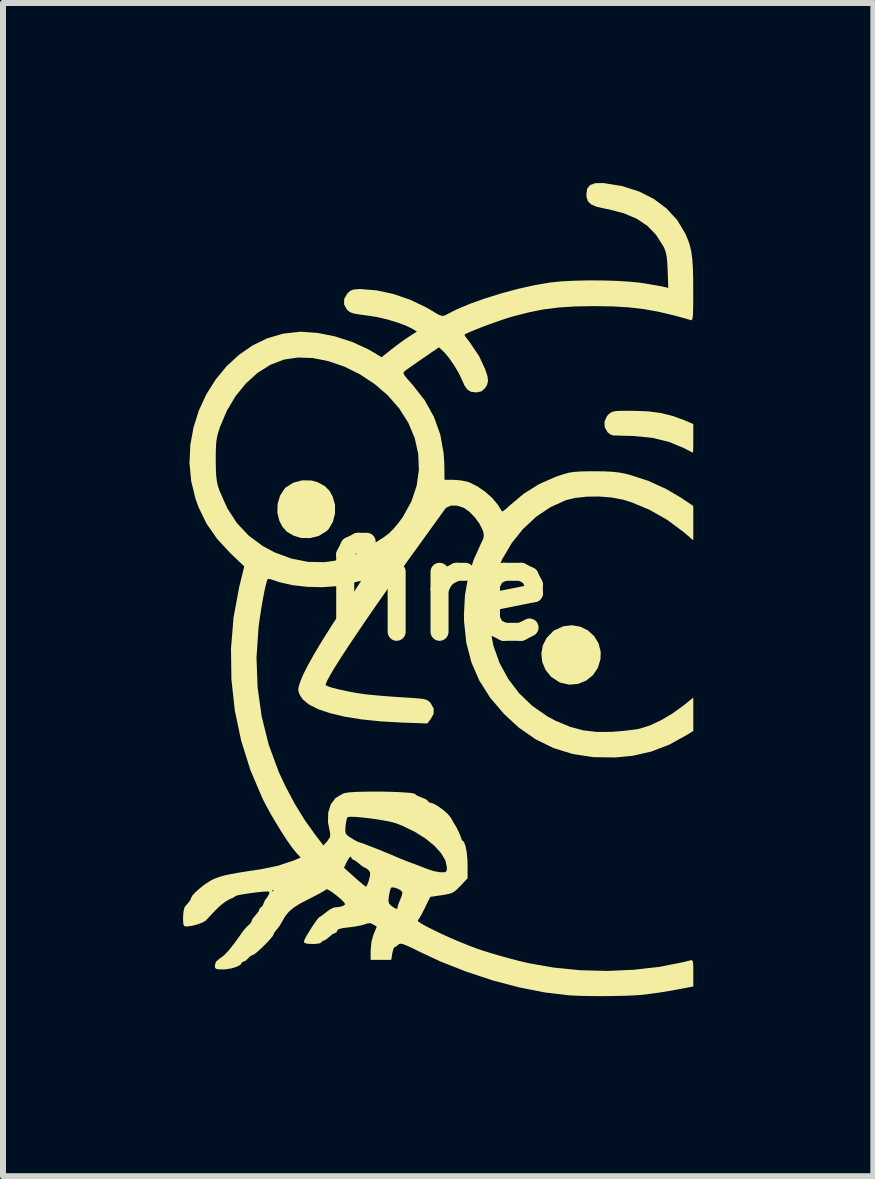
<source format=kicad_pcb>
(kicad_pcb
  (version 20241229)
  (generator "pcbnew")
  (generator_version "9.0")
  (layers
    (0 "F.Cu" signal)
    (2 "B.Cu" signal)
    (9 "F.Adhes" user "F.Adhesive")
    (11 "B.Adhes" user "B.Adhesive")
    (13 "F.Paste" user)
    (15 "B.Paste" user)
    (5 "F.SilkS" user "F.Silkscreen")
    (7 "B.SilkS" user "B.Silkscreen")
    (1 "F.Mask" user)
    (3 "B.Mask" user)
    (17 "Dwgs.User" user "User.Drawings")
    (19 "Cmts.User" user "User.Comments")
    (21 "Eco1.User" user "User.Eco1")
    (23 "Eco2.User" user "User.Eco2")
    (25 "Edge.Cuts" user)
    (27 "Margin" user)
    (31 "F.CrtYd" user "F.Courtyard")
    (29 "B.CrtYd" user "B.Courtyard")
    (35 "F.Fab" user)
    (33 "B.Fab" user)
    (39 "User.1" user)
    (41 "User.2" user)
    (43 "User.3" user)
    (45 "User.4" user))
  (footprint "fire"
    (layer "F.Cu")
    (at 4.238 6.799)
    (property "Reference" "fire" (at 0 0 0) (layer "F.SilkS") (effects (font (size 1.5 1.5) (thickness 0.3))))
    (attr board_only exclude_from_pos_files exclude_from_bom)
    (fp_poly (pts (xy 2.382 0.593) (xy 2.507 0.655) (xy 2.61 0.748) (xy 2.684 0.867) (xy 2.721 1.009) (xy 2.718 1.131) (xy 2.674 1.279) (xy 2.591 1.402) (xy 2.478 1.492) (xy 2.344 1.546) (xy 2.199 1.559) (xy 2.051 1.526) (xy 2.025 1.514) (xy 1.894 1.428) (xy 1.802 1.314) (xy 1.747 1.182) (xy 1.732 1.042) (xy 1.757 0.904) (xy 1.822 0.776) (xy 1.929 0.669) (xy 1.957 0.65) (xy 2.099 0.586) (xy 2.243 0.569)) (stroke (width 0) (type solid)) (fill yes) (layer "F.SilkS"))
    (fp_poly (pts (xy -2.097 -1.843) (xy -1.993 -1.813) (xy -1.879 -1.752) (xy -1.799 -1.673) (xy -1.745 -1.576) (xy -1.706 -1.438) (xy -1.706 -1.292) (xy -1.742 -1.152) (xy -1.811 -1.035) (xy -1.845 -1.001) (xy -1.972 -0.921) (xy -2.121 -0.882) (xy -2.275 -0.886) (xy -2.397 -0.924) (xy -2.507 -0.988) (xy -2.582 -1.071) (xy -2.634 -1.172) (xy -2.667 -1.309) (xy -2.662 -1.454) (xy -2.621 -1.591) (xy -2.549 -1.704) (xy -2.526 -1.727) (xy -2.399 -1.807) (xy -2.25 -1.846)) (stroke (width 0) (type solid)) (fill yes) (layer "F.SilkS"))
    (fp_poly (pts (xy 3.267 -3.004) (xy 3.512 -2.995) (xy 3.724 -2.967) (xy 3.921 -2.918) (xy 4.122 -2.844) (xy 4.138 -2.837) (xy 4.264 -2.783) (xy 4.264 -2.544) (xy 4.264 -2.439) (xy 4.262 -2.357) (xy 4.259 -2.312) (xy 4.258 -2.306) (xy 4.233 -2.318) (xy 4.174 -2.348) (xy 4.105 -2.384) (xy 3.859 -2.486) (xy 3.578 -2.554) (xy 3.269 -2.584) (xy 3.245 -2.585) (xy 3.123 -2.588) (xy 3.02 -2.591) (xy 2.948 -2.593) (xy 2.92 -2.594) (xy 2.878 -2.613) (xy 2.834 -2.649) (xy 2.788 -2.728) (xy 2.784 -2.822) (xy 2.822 -2.91) (xy 2.849 -2.942) (xy 2.88 -2.968) (xy 2.913 -2.986) (xy 2.958 -2.997) (xy 3.025 -3.003) (xy 3.126 -3.004)) (stroke (width 0) (type solid)) (fill yes) (layer "F.SilkS"))
    (fp_poly (pts (xy 2.773 -6.798) (xy 3.08 -6.748) (xy 3.359 -6.659) (xy 3.607 -6.534) (xy 3.82 -6.374) (xy 3.996 -6.182) (xy 4.13 -5.959) (xy 4.132 -5.954) (xy 4.175 -5.855) (xy 4.207 -5.759) (xy 4.231 -5.656) (xy 4.247 -5.537) (xy 4.257 -5.392) (xy 4.262 -5.212) (xy 4.263 -5.002) (xy 4.263 -4.827) (xy 4.261 -4.698) (xy 4.258 -4.609) (xy 4.253 -4.553) (xy 4.244 -4.523) (xy 4.233 -4.513) (xy 4.217 -4.516) (xy 4.173 -4.53) (xy 4.091 -4.553) (xy 3.985 -4.582) (xy 3.92 -4.599) (xy 3.674 -4.657) (xy 3.437 -4.699) (xy 3.193 -4.727) (xy 2.929 -4.743) (xy 2.628 -4.748) (xy 2.596 -4.748) (xy 2.29 -4.743) (xy 2.021 -4.725) (xy 1.771 -4.694) (xy 1.526 -4.645) (xy 1.268 -4.579) (xy 1.232 -4.569) (xy 1.126 -4.536) (xy 1.003 -4.494) (xy 0.873 -4.448) (xy 0.745 -4.4) (xy 0.629 -4.354) (xy 0.535 -4.315) (xy 0.472 -4.286) (xy 0.45 -4.27) (xy 0.465 -4.243) (xy 0.505 -4.19) (xy 0.538 -4.148) (xy 0.694 -3.917) (xy 0.796 -3.697) (xy 0.834 -3.583) (xy 0.844 -3.501) (xy 0.828 -3.435) (xy 0.793 -3.381) (xy 0.735 -3.329) (xy 0.659 -3.311) (xy 0.638 -3.311) (xy 0.558 -3.321) (xy 0.498 -3.359) (xy 0.448 -3.432) (xy 0.408 -3.523) (xy 0.355 -3.634) (xy 0.281 -3.759) (xy 0.198 -3.879) (xy 0.119 -3.974) (xy 0.096 -3.997) (xy 0.026 -4.062) (xy -0.232 -3.885) (xy -0.338 -3.812) (xy -0.433 -3.746) (xy -0.504 -3.696) (xy -0.54 -3.67) (xy -0.56 -3.65) (xy -0.564 -3.626) (xy -0.546 -3.592) (xy -0.501 -3.536) (xy -0.426 -3.452) (xy -0.418 -3.443) (xy -0.213 -3.182) (xy -0.057 -2.902) (xy 0.049 -2.604) (xy 0.105 -2.289) (xy 0.115 -2.126) (xy 0.119 -1.854) (xy 0.271 -1.854) (xy 0.38 -1.846) (xy 0.489 -1.825) (xy 0.536 -1.81) (xy 0.666 -1.745) (xy 0.798 -1.654) (xy 0.915 -1.55) (xy 0.999 -1.449) (xy 1.042 -1.383) (xy 1.071 -1.337) (xy 1.079 -1.326) (xy 1.101 -1.336) (xy 1.149 -1.375) (xy 1.199 -1.421) (xy 1.437 -1.621) (xy 1.686 -1.778) (xy 1.963 -1.901) (xy 2.026 -1.923) (xy 2.118 -1.953) (xy 2.198 -1.974) (xy 2.281 -1.986) (xy 2.38 -1.993) (xy 2.51 -1.996) (xy 2.609 -1.997) (xy 2.782 -1.995) (xy 2.918 -1.988) (xy 3.032 -1.975) (xy 3.14 -1.954) (xy 3.199 -1.939) (xy 3.514 -1.837) (xy 3.817 -1.699) (xy 4.059 -1.556) (xy 4.264 -1.418) (xy 4.264 -1.132) (xy 4.264 -0.846) (xy 4.099 -0.987) (xy 3.828 -1.188) (xy 3.534 -1.355) (xy 3.231 -1.481) (xy 3.086 -1.525) (xy 2.9 -1.56) (xy 2.694 -1.576) (xy 2.485 -1.573) (xy 2.292 -1.552) (xy 2.139 -1.514) (xy 1.885 -1.399) (xy 1.646 -1.239) (xy 1.429 -1.037) (xy 1.24 -0.802) (xy 1.083 -0.537) (xy 0.984 -0.307) (xy 0.899 0.001) (xy 0.864 0.31) (xy 0.876 0.615) (xy 0.934 0.912) (xy 1.035 1.196) (xy 1.178 1.46) (xy 1.36 1.7) (xy 1.579 1.911) (xy 1.833 2.088) (xy 1.973 2.162) (xy 2.208 2.26) (xy 2.429 2.32) (xy 2.657 2.347) (xy 2.887 2.346) (xy 3.032 2.336) (xy 3.178 2.321) (xy 3.306 2.304) (xy 3.372 2.292) (xy 3.537 2.24) (xy 3.723 2.154) (xy 3.914 2.041) (xy 4.1 1.907) (xy 4.108 1.9) (xy 4.264 1.775) (xy 4.264 2.052) (xy 4.264 2.33) (xy 4.164 2.393) (xy 3.865 2.558) (xy 3.563 2.674) (xy 3.247 2.745) (xy 2.966 2.772) (xy 2.598 2.767) (xy 2.256 2.715) (xy 1.936 2.616) (xy 1.637 2.47) (xy 1.356 2.274) (xy 1.11 2.047) (xy 0.878 1.775) (xy 0.697 1.488) (xy 0.566 1.185) (xy 0.482 0.861) (xy 0.445 0.514) (xy 0.442 0.397) (xy 0.459 0.071) (xy 0.512 -0.23) (xy 0.604 -0.521) (xy 0.722 -0.783) (xy 0.76 -0.863) (xy 0.774 -0.919) (xy 0.768 -0.972) (xy 0.755 -1.014) (xy 0.702 -1.121) (xy 0.622 -1.231) (xy 0.53 -1.325) (xy 0.441 -1.387) (xy 0.327 -1.424) (xy 0.226 -1.425) (xy 0.15 -1.391) (xy 0.13 -1.37) (xy 0.104 -1.334) (xy 0.051 -1.261) (xy -0.024 -1.157) (xy -0.117 -1.028) (xy -0.224 -0.88) (xy -0.34 -0.719) (xy -0.368 -0.681) (xy -0.589 -0.374) (xy -0.798 -0.079) (xy -0.995 0.201) (xy -1.176 0.463) (xy -1.34 0.705) (xy -1.486 0.922) (xy -1.61 1.113) (xy -1.712 1.274) (xy -1.789 1.404) (xy -1.839 1.498) (xy -1.861 1.554) (xy -1.86 1.568) (xy -1.818 1.589) (xy -1.735 1.615) (xy -1.622 1.643) (xy -1.49 1.671) (xy -1.351 1.697) (xy -1.216 1.717) (xy -1.192 1.72) (xy -1.067 1.733) (xy -0.909 1.747) (xy -0.737 1.76) (xy -0.571 1.771) (xy -0.558 1.772) (xy -0.408 1.781) (xy -0.301 1.79) (xy -0.229 1.799) (xy -0.182 1.812) (xy -0.15 1.83) (xy -0.123 1.855) (xy -0.114 1.865) (xy -0.062 1.955) (xy -0.063 2.045) (xy -0.111 2.132) (xy -0.169 2.206) (xy -0.608 2.19) (xy -0.955 2.17) (xy -1.269 2.137) (xy -1.547 2.092) (xy -1.787 2.035) (xy -1.985 1.968) (xy -2.138 1.891) (xy -2.243 1.805) (xy -2.285 1.744) (xy -2.311 1.687) (xy -2.319 1.642) (xy -2.31 1.588) (xy -2.283 1.506) (xy -2.28 1.496) (xy -2.23 1.378) (xy -2.15 1.222) (xy -2.044 1.033) (xy -1.913 0.815) (xy -1.761 0.573) (xy -1.589 0.311) (xy -1.571 0.284) (xy -1.481 0.149) (xy -1.401 0.029) (xy -1.337 -0.068) (xy -1.293 -0.136) (xy -1.272 -0.168) (xy -1.271 -0.17) (xy -1.295 -0.166) (xy -1.357 -0.152) (xy -1.445 -0.129) (xy -1.463 -0.124) (xy -1.678 -0.082) (xy -1.92 -0.065) (xy -2.171 -0.071) (xy -2.415 -0.099) (xy -2.634 -0.149) (xy -2.711 -0.175) (xy -2.778 -0.197) (xy -2.821 -0.204) (xy -2.826 -0.202) (xy -2.842 -0.165) (xy -2.863 -0.086) (xy -2.887 0.025) (xy -2.912 0.159) (xy -2.937 0.306) (xy -2.96 0.454) (xy -2.979 0.595) (xy -2.98 0.604) (xy -3.014 1.108) (xy -2.996 1.603) (xy -2.928 2.089) (xy -2.81 2.561) (xy -2.642 3.017) (xy -2.53 3.256) (xy -2.371 3.554) (xy -2.209 3.817) (xy -2.046 4.046) (xy -1.9 4.238) (xy -1.835 4.168) (xy -1.788 4.096) (xy -1.786 4.042) (xy -1.795 3.996) (xy -1.535 3.996) (xy -1.525 4.044) (xy -1.488 4.081) (xy -1.434 4.116) (xy -1.367 4.156) (xy -1.318 4.181) (xy -1.306 4.185) (xy -1.274 4.194) (xy -1.204 4.219) (xy -1.109 4.256) (xy -1 4.298) (xy -0.889 4.343) (xy -0.787 4.385) (xy -0.707 4.42) (xy -0.702 4.422) (xy -0.617 4.458) (xy -0.51 4.501) (xy -0.437 4.528) (xy -0.328 4.568) (xy -0.218 4.611) (xy -0.159 4.634) (xy -0.063 4.665) (xy 0.033 4.683) (xy 0.06 4.685) (xy 0.125 4.684) (xy 0.153 4.665) (xy 0.159 4.618) (xy 0.159 4.607) (xy 0.134 4.49) (xy 0.062 4.367) (xy -0.05 4.244) (xy -0.198 4.123) (xy -0.377 4.011) (xy -0.58 3.912) (xy -0.675 3.874) (xy -0.752 3.851) (xy -0.859 3.828) (xy -0.984 3.807) (xy -1.116 3.788) (xy -1.245 3.773) (xy -1.358 3.763) (xy -1.445 3.76) (xy -1.494 3.766) (xy -1.5 3.769) (xy -1.512 3.803) (xy -1.525 3.872) (xy -1.53 3.917) (xy -1.535 3.996) (xy -1.795 3.996) (xy -1.823 3.853) (xy -1.819 3.688) (xy -1.776 3.552) (xy -1.696 3.447) (xy -1.578 3.377) (xy -1.537 3.364) (xy -1.473 3.354) (xy -1.373 3.347) (xy -1.245 3.343) (xy -1.1 3.341) (xy -0.946 3.341) (xy -0.793 3.344) (xy -0.651 3.349) (xy -0.53 3.356) (xy -0.438 3.364) (xy -0.385 3.375) (xy -0.376 3.38) (xy -0.341 3.406) (xy -0.276 3.435) (xy -0.258 3.441) (xy -0.195 3.467) (xy -0.161 3.493) (xy -0.159 3.498) (xy -0.138 3.521) (xy -0.127 3.523) (xy -0.067 3.54) (xy 0.013 3.586) (xy 0.099 3.648) (xy 0.175 3.715) (xy 0.225 3.777) (xy 0.23 3.785) (xy 0.264 3.849) (xy 0.288 3.889) (xy 0.291 3.893) (xy 0.314 3.929) (xy 0.345 3.99) (xy 0.376 4.059) (xy 0.397 4.115) (xy 0.402 4.138) (xy 0.416 4.158) (xy 0.42 4.158) (xy 0.445 4.183) (xy 0.469 4.25) (xy 0.488 4.348) (xy 0.5 4.468) (xy 0.503 4.574) (xy 0.503 4.786) (xy 0.384 4.912) (xy 0.317 4.979) (xy 0.262 5.02) (xy 0.198 5.044) (xy 0.107 5.062) (xy 0.072 5.067) (xy -0.119 5.095) (xy -0.21 5.282) (xy -0.256 5.373) (xy -0.297 5.445) (xy -0.324 5.484) (xy -0.327 5.487) (xy -0.318 5.506) (xy -0.267 5.541) (xy -0.181 5.588) (xy -0.069 5.645) (xy 0.063 5.709) (xy 0.207 5.774) (xy 0.356 5.838) (xy 0.503 5.898) (xy 0.639 5.95) (xy 0.742 5.986) (xy 0.933 6.045) (xy 1.145 6.105) (xy 1.351 6.16) (xy 1.517 6.199) (xy 1.935 6.273) (xy 2.375 6.317) (xy 2.824 6.329) (xy 3.27 6.31) (xy 3.7 6.261) (xy 4.102 6.182) (xy 4.205 6.155) (xy 4.234 6.149) (xy 4.251 6.158) (xy 4.26 6.192) (xy 4.264 6.259) (xy 4.264 6.363) (xy 4.264 6.588) (xy 3.966 6.644) (xy 3.811 6.672) (xy 3.641 6.698) (xy 3.483 6.719) (xy 3.411 6.727) (xy 3.288 6.736) (xy 3.126 6.743) (xy 2.939 6.747) (xy 2.742 6.749) (xy 2.547 6.748) (xy 2.37 6.744) (xy 2.224 6.737) (xy 2.198 6.736) (xy 1.794 6.688) (xy 1.366 6.604) (xy 0.925 6.488) (xy 0.483 6.342) (xy 0.052 6.172) (xy -0.298 6.009) (xy -0.426 5.945) (xy -0.517 5.904) (xy -0.577 5.881) (xy -0.615 5.875) (xy -0.64 5.882) (xy -0.652 5.892) (xy -0.693 5.925) (xy -0.714 5.933) (xy -0.731 5.956) (xy -0.747 6.015) (xy -0.752 6.039) (xy -0.769 6.145) (xy -0.941 6.145) (xy -1.112 6.145) (xy -1.112 5.988) (xy -1.099 5.842) (xy -1.062 5.713) (xy -1.061 5.712) (xy -1.01 5.592) (xy -1.068 5.555) (xy -1.12 5.532) (xy -1.176 5.54) (xy -1.205 5.551) (xy -1.272 5.57) (xy -1.37 5.589) (xy -1.477 5.603) (xy -1.586 5.617) (xy -1.648 5.634) (xy -1.669 5.657) (xy -1.669 5.658) (xy -1.685 5.691) (xy -1.697 5.694) (xy -1.739 5.711) (xy -1.762 5.728) (xy -1.832 5.788) (xy -1.876 5.818) (xy -1.905 5.827) (xy -1.906 5.827) (xy -1.932 5.846) (xy -1.933 5.853) (xy -1.957 5.868) (xy -2.019 5.878) (xy -2.079 5.88) (xy -2.167 5.876) (xy -2.212 5.864) (xy -2.225 5.84) (xy -2.225 5.84) (xy -2.211 5.803) (xy -2.177 5.738) (xy -2.128 5.658) (xy -2.075 5.574) (xy -2.024 5.5) (xy -1.983 5.447) (xy -1.963 5.43) (xy -1.935 5.414) (xy -1.882 5.374) (xy -1.854 5.35) (xy -1.786 5.302) (xy -1.726 5.273) (xy -1.708 5.27) (xy -1.634 5.263) (xy -1.571 5.245) (xy -1.538 5.222) (xy -1.536 5.217) (xy -1.555 5.186) (xy -1.586 5.156) (xy -0.816 5.156) (xy -0.807 5.203) (xy -0.776 5.238) (xy -0.764 5.248) (xy -0.703 5.288) (xy -0.67 5.294) (xy -0.666 5.277) (xy -0.659 5.243) (xy -0.636 5.18) (xy -0.627 5.159) (xy -0.598 5.087) (xy -0.583 5.031) (xy -0.583 5.023) (xy -0.605 4.991) (xy -0.657 4.96) (xy -0.718 4.939) (xy -0.764 4.938) (xy -0.768 4.94) (xy -0.784 4.971) (xy -0.8 5.037) (xy -0.807 5.076) (xy -0.816 5.156) (xy -1.586 5.156) (xy -1.602 5.139) (xy -1.667 5.083) (xy -1.736 5.03) (xy -1.797 4.988) (xy -1.839 4.968) (xy -1.849 4.969) (xy -1.879 4.99) (xy -1.946 5.029) (xy -2.04 5.079) (xy -2.132 5.126) (xy -2.283 5.204) (xy -2.393 5.273) (xy -2.474 5.342) (xy -2.536 5.417) (xy -2.583 5.499) (xy -2.627 5.574) (xy -2.671 5.634) (xy -2.682 5.645) (xy -2.718 5.69) (xy -2.728 5.717) (xy -2.746 5.751) (xy -2.794 5.808) (xy -2.859 5.878) (xy -2.932 5.949) (xy -3.001 6.012) (xy -3.055 6.054) (xy -3.08 6.065) (xy -3.12 6.085) (xy -3.152 6.118) (xy -3.194 6.159) (xy -3.224 6.171) (xy -3.255 6.184) (xy -3.258 6.191) (xy -3.282 6.226) (xy -3.345 6.26) (xy -3.431 6.287) (xy -3.526 6.302) (xy -3.565 6.304) (xy -3.647 6.302) (xy -3.69 6.293) (xy -3.706 6.27) (xy -3.708 6.237) (xy -3.69 6.176) (xy -3.629 6.123) (xy -3.618 6.116) (xy -3.554 6.068) (xy -3.479 5.989) (xy -3.388 5.876) (xy -3.277 5.721) (xy -3.259 5.694) (xy -3.207 5.627) (xy -3.157 5.575) (xy -3.147 5.567) (xy -3.108 5.529) (xy -3.099 5.506) (xy -3.083 5.465) (xy -3.066 5.442) (xy -3.006 5.372) (xy -2.975 5.329) (xy -2.966 5.299) (xy -2.966 5.298) (xy -2.948 5.272) (xy -2.942 5.271) (xy -2.916 5.249) (xy -2.898 5.211) (xy -2.878 5.159) (xy -2.864 5.138) (xy -2.839 5.107) (xy -2.814 5.065) (xy -2.795 5.022) (xy -2.812 5.007) (xy -2.841 5.006) (xy -2.913 5.009) (xy -3.008 5.019) (xy -3.114 5.033) (xy -3.215 5.048) (xy -3.3 5.063) (xy -3.353 5.076) (xy -3.363 5.082) (xy -3.395 5.104) (xy -3.456 5.132) (xy -3.47 5.138) (xy -3.536 5.177) (xy -3.618 5.241) (xy -3.689 5.309) (xy -3.759 5.383) (xy -3.82 5.448) (xy -3.856 5.487) (xy -3.91 5.521) (xy -3.995 5.553) (xy -4.092 5.578) (xy -4.18 5.589) (xy -4.183 5.589) (xy -4.215 5.583) (xy -4.231 5.557) (xy -4.237 5.498) (xy -4.238 5.441) (xy -4.232 5.352) (xy -4.218 5.282) (xy -4.205 5.256) (xy -4.144 5.186) (xy -4.113 5.143) (xy -4.105 5.117) (xy -4.085 5.076) (xy -4.031 5.017) (xy -4.004 4.993) (xy -2.755 4.993) (xy -2.741 5.006) (xy -2.728 4.993) (xy -2.741 4.979) (xy -2.755 4.993) (xy -4.004 4.993) (xy -3.955 4.949) (xy -3.869 4.882) (xy -3.783 4.827) (xy -3.758 4.813) (xy -3.698 4.786) (xy -3.632 4.762) (xy -3.552 4.739) (xy -3.45 4.717) (xy -3.318 4.693) (xy -3.149 4.666) (xy -2.953 4.637) (xy -2.818 4.61) (xy -1.556 4.61) (xy -1.381 4.767) (xy -1.301 4.838) (xy -1.236 4.892) (xy -1.196 4.922) (xy -1.189 4.926) (xy -1.173 4.903) (xy -1.15 4.845) (xy -1.139 4.808) (xy -1.121 4.732) (xy -1.123 4.686) (xy -1.145 4.652) (xy -1.147 4.649) (xy -1.189 4.616) (xy -1.21 4.609) (xy -1.242 4.592) (xy -1.293 4.552) (xy -1.304 4.542) (xy -1.358 4.499) (xy -1.398 4.477) (xy -1.403 4.476) (xy -1.429 4.457) (xy -1.43 4.45) (xy -1.44 4.423) (xy -1.466 4.439) (xy -1.501 4.493) (xy -1.513 4.517) (xy -1.556 4.61) (xy -2.818 4.61) (xy -2.659 4.577) (xy -2.397 4.49) (xy -2.377 4.482) (xy -2.278 4.439) (xy -2.341 4.372) (xy -2.412 4.286) (xy -2.499 4.163) (xy -2.597 4.014) (xy -2.697 3.85) (xy -2.795 3.682) (xy -2.882 3.52) (xy -2.915 3.454) (xy -3.116 2.982) (xy -3.27 2.491) (xy -3.376 1.987) (xy -3.432 1.474) (xy -3.439 0.957) (xy -3.397 0.443) (xy -3.303 -0.065) (xy -3.29 -0.119) (xy -3.218 -0.411) (xy -3.451 -0.633) (xy -3.673 -0.873) (xy -3.847 -1.125) (xy -3.98 -1.398) (xy -4.03 -1.536) (xy -4.103 -1.836) (xy -4.131 -2.137) (xy -4.125 -2.247) (xy -3.693 -2.247) (xy -3.693 -2.185) (xy -3.691 -2.032) (xy -3.685 -1.917) (xy -3.674 -1.827) (xy -3.656 -1.748) (xy -3.629 -1.669) (xy -3.501 -1.38) (xy -3.34 -1.133) (xy -3.144 -0.924) (xy -2.91 -0.751) (xy -2.712 -0.645) (xy -2.434 -0.542) (xy -2.156 -0.487) (xy -1.884 -0.482) (xy -1.716 -0.505) (xy -1.586 -0.535) (xy -1.477 -0.565) (xy -1.396 -0.594) (xy -1.352 -0.619) (xy -1.35 -0.635) (xy -1.356 -0.655) (xy -1.314 -0.672) (xy -1.232 -0.703) (xy -1.125 -0.756) (xy -1.007 -0.824) (xy -0.895 -0.896) (xy -0.805 -0.964) (xy -0.802 -0.967) (xy -0.732 -1.037) (xy -0.651 -1.133) (xy -0.577 -1.234) (xy -0.573 -1.24) (xy -0.434 -1.492) (xy -0.346 -1.753) (xy -0.308 -2.019) (xy -0.319 -2.284) (xy -0.377 -2.546) (xy -0.482 -2.799) (xy -0.634 -3.04) (xy -0.83 -3.265) (xy -1.042 -3.447) (xy -1.29 -3.612) (xy -1.55 -3.74) (xy -1.814 -3.831) (xy -2.074 -3.883) (xy -2.324 -3.892) (xy -2.554 -3.858) (xy -2.56 -3.856) (xy -2.784 -3.77) (xy -2.995 -3.637) (xy -3.19 -3.461) (xy -3.363 -3.248) (xy -3.509 -3.003) (xy -3.62 -2.741) (xy -3.651 -2.646) (xy -3.672 -2.565) (xy -3.685 -2.481) (xy -3.691 -2.38) (xy -3.693 -2.247) (xy -4.125 -2.247) (xy -4.117 -2.437) (xy -4.063 -2.729) (xy -3.974 -3.011) (xy -3.851 -3.276) (xy -3.697 -3.522) (xy -3.516 -3.743) (xy -3.309 -3.934) (xy -3.08 -4.093) (xy -2.832 -4.213) (xy -2.568 -4.29) (xy -2.29 -4.321) (xy -2.263 -4.321) (xy -1.99 -4.301) (xy -1.703 -4.243) (xy -1.421 -4.152) (xy -1.16 -4.033) (xy -1.064 -3.978) (xy -0.93 -3.896) (xy -0.77 -4.024) (xy -0.669 -4.102) (xy -0.562 -4.18) (xy -0.476 -4.238) (xy -0.342 -4.324) (xy -0.418 -4.371) (xy -0.524 -4.423) (xy -0.665 -4.475) (xy -0.826 -4.524) (xy -0.989 -4.563) (xy -1.119 -4.585) (xy -1.256 -4.603) (xy -1.351 -4.617) (xy -1.414 -4.631) (xy -1.455 -4.648) (xy -1.486 -4.67) (xy -1.509 -4.693) (xy -1.555 -4.777) (xy -1.553 -4.869) (xy -1.501 -4.958) (xy -1.498 -4.962) (xy -1.452 -5.003) (xy -1.4 -5.024) (xy -1.323 -5.032) (xy -1.277 -5.032) (xy -1.013 -5.011) (xy -0.733 -4.95) (xy -0.452 -4.854) (xy -0.184 -4.726) (xy -0.06 -4.653) (xy 0.019 -4.606) (xy 0.073 -4.586) (xy 0.116 -4.59) (xy 0.153 -4.608) (xy 0.333 -4.699) (xy 0.554 -4.791) (xy 0.805 -4.88) (xy 1.073 -4.963) (xy 1.348 -5.037) (xy 1.617 -5.097) (xy 1.869 -5.14) (xy 1.881 -5.142) (xy 2.057 -5.16) (xy 2.269 -5.171) (xy 2.504 -5.177) (xy 2.746 -5.176) (xy 2.982 -5.169) (xy 3.198 -5.156) (xy 3.38 -5.138) (xy 3.427 -5.131) (xy 3.551 -5.11) (xy 3.662 -5.091) (xy 3.745 -5.076) (xy 3.781 -5.068) (xy 3.847 -5.052) (xy 3.837 -5.34) (xy 3.83 -5.48) (xy 3.819 -5.581) (xy 3.802 -5.657) (xy 3.777 -5.723) (xy 3.764 -5.747) (xy 3.646 -5.933) (xy 3.501 -6.084) (xy 3.324 -6.203) (xy 3.11 -6.294) (xy 2.854 -6.361) (xy 2.795 -6.372) (xy 2.658 -6.402) (xy 2.566 -6.44) (xy 2.511 -6.491) (xy 2.486 -6.56) (xy 2.482 -6.608) (xy 2.495 -6.704) (xy 2.544 -6.766) (xy 2.632 -6.797) (xy 2.761 -6.799)) (stroke (width 0) (type solid)) (fill yes) (layer "F.SilkS")))
  (gr_rect
    (start -3 -3)
    (end 11.502 16.548)
    (stroke (width 0.1) (type default))
    (fill no)
    (layer "Edge.Cuts")))
</source>
